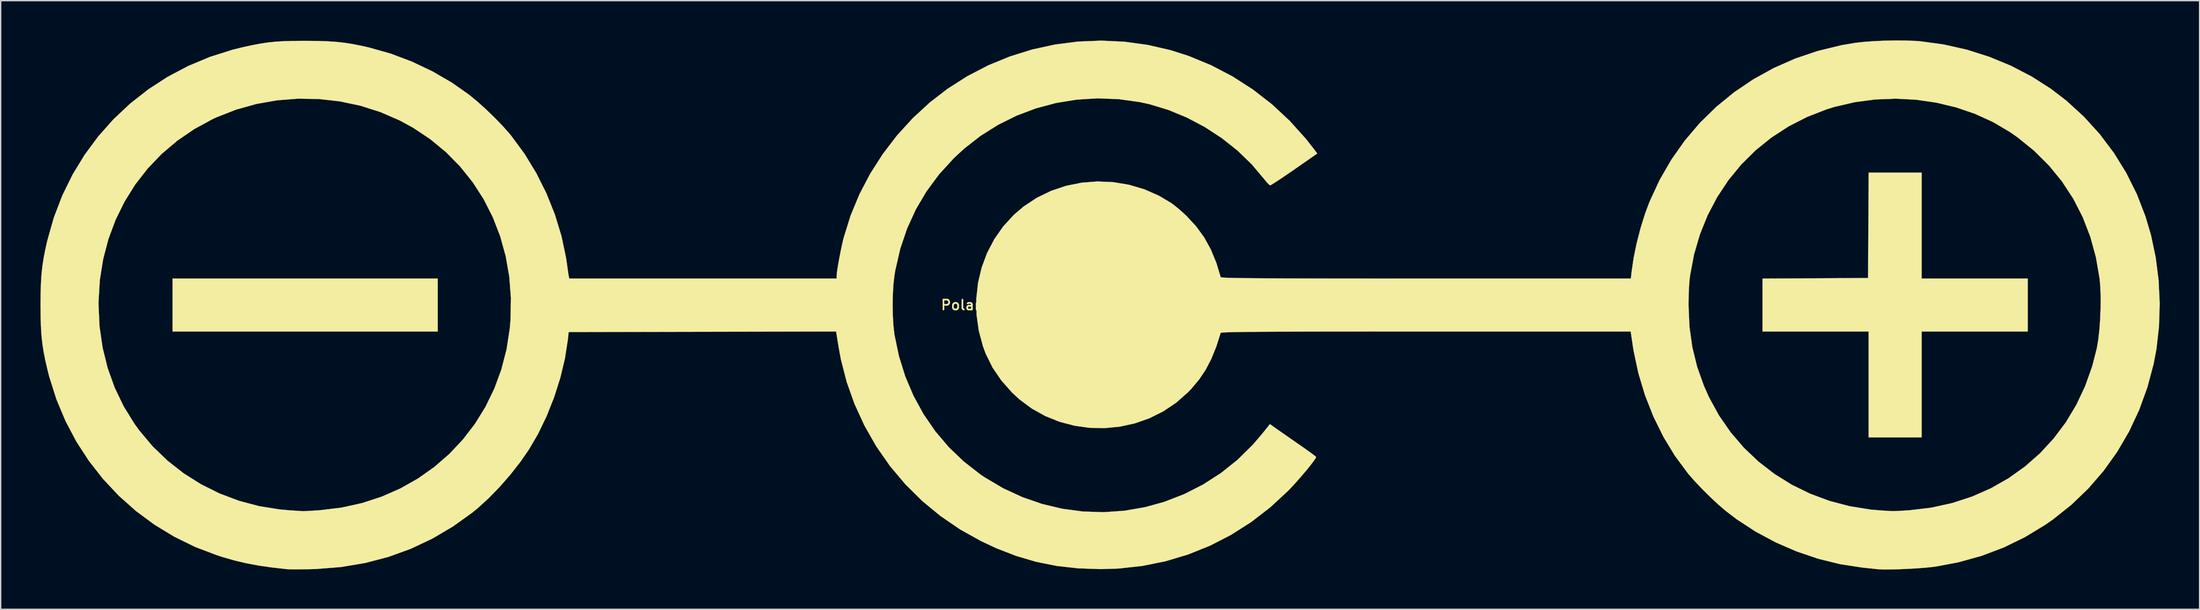
<source format=kicad_pcb>
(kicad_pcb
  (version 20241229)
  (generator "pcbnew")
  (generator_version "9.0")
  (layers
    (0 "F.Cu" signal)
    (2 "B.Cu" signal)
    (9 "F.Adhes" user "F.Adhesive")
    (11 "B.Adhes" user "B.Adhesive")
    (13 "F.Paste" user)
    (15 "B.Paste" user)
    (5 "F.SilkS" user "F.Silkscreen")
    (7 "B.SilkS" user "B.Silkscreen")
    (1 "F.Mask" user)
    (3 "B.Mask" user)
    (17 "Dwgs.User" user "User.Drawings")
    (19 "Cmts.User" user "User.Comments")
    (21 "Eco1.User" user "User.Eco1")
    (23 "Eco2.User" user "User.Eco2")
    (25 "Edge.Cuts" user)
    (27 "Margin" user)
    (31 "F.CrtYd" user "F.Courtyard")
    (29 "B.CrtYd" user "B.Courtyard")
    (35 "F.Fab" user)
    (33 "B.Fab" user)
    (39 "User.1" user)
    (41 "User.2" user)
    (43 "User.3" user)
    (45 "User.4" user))
  (footprint "Polarity_Center_Positive_40mm_SilkScreen"
    (layer "F.Cu")
    (at 79.825 19.976)
    (property "Reference" "Polarity_Center_Positive_40mm_SilkScreen" (at 0 0 0) (layer "F.SilkS") (effects (font (size 0.75 0.75) (thickness 0.125))))
    (attr exclude_from_pos_files exclude_from_bom allow_missing_courtyard)
    (fp_poly (pts (xy -49.884 1.999) (xy -69.871 1.999) (xy -69.871 -1.999) (xy -49.884 -1.999) (xy -49.884 1.999)) (stroke (width 0.01) (type solid)) (fill yes) (layer "F.SilkS"))
    (fp_poly (pts (xy 61.959 -1.999) (xy 69.954 -1.999) (xy 69.954 1.999) (xy 61.959 1.999) (xy 61.959 9.993) (xy 57.962 9.993) (xy 57.962 1.999) (xy 49.967 1.999) (xy 49.967 -1.997) (xy 53.944 -2.019) (xy 57.92 -2.04) (xy 57.942 -6.017) (xy 57.964 -9.993) (xy 61.959 -9.993) (xy 61.959 -1.999)) (stroke (width 0.01) (type solid)) (fill yes) (layer "F.SilkS"))
    (fp_poly (pts (xy 60.765 -19.966) (xy 61.488 -19.938) (xy 61.84 -19.912) (xy 63.617 -19.67) (xy 65.36 -19.277) (xy 67.055 -18.739) (xy 68.687 -18.063) (xy 70.242 -17.254) (xy 71.704 -16.319) (xy 72.869 -15.424) (xy 74.188 -14.215) (xy 75.383 -12.897) (xy 76.449 -11.479) (xy 77.381 -9.969) (xy 78.174 -8.374) (xy 78.822 -6.703) (xy 79.241 -5.288) (xy 79.597 -3.601) (xy 79.817 -1.867) (xy 79.9 -0.116) (xy 79.846 1.623) (xy 79.654 3.32) (xy 79.442 4.446) (xy 78.966 6.226) (xy 78.347 7.929) (xy 77.59 9.548) (xy 76.697 11.078) (xy 75.674 12.513) (xy 74.524 13.845) (xy 73.252 15.07) (xy 71.862 16.18) (xy 71.275 16.589) (xy 69.74 17.522) (xy 68.137 18.304) (xy 66.464 18.937) (xy 64.716 19.422) (xy 63.018 19.742) (xy 62.591 19.794) (xy 62.064 19.842) (xy 61.472 19.885) (xy 60.85 19.919) (xy 60.234 19.945) (xy 59.66 19.96) (xy 59.161 19.963) (xy 58.775 19.951) (xy 58.628 19.94) (xy 58.421 19.917) (xy 58.1 19.882) (xy 57.715 19.841) (xy 57.462 19.815) (xy 55.817 19.563) (xy 54.169 19.156) (xy 52.542 18.605) (xy 50.961 17.919) (xy 49.449 17.108) (xy 48.03 16.182) (xy 47.177 15.53) (xy 46.634 15.063) (xy 46.039 14.508) (xy 45.437 13.911) (xy 44.873 13.316) (xy 44.393 12.769) (xy 44.336 12.7) (xy 43.364 11.386) (xy 42.497 9.956) (xy 41.744 8.429) (xy 41.112 6.825) (xy 40.611 5.163) (xy 40.248 3.463) (xy 40.178 3.019) (xy 40.028 1.999) (xy 24.592 1.999) (xy 22.641 1.999) (xy 20.851 2) (xy 19.215 2.001) (xy 17.728 2.002) (xy 16.384 2.004) (xy 15.175 2.007) (xy 14.098 2.011) (xy 13.144 2.015) (xy 12.309 2.019) (xy 11.587 2.025) (xy 10.97 2.031) (xy 10.454 2.038) (xy 10.032 2.046) (xy 9.699 2.055) (xy 9.447 2.065) (xy 9.272 2.076) (xy 9.167 2.088) (xy 9.126 2.101) (xy 9.126 2.103) (xy 8.79 3.155) (xy 8.418 4.072) (xy 7.995 4.884) (xy 7.504 5.619) (xy 6.927 6.309) (xy 6.666 6.582) (xy 5.77 7.373) (xy 4.794 8.028) (xy 3.752 8.548) (xy 2.66 8.932) (xy 1.533 9.18) (xy 0.387 9.292) (xy -0.765 9.268) (xy -1.905 9.108) (xy -3.02 8.813) (xy -4.094 8.381) (xy -5.111 7.814) (xy -6.057 7.111) (xy -6.606 6.601) (xy -7.414 5.684) (xy -8.069 4.717) (xy -8.578 3.686) (xy -8.786 3.13) (xy -9.108 1.928) (xy -9.275 0.716) (xy -9.284 0.029) (xy 44.388 0.029) (xy 44.458 1.64) (xy 44.673 3.178) (xy 45.036 4.662) (xy 45.551 6.108) (xy 45.928 6.954) (xy 46.679 8.329) (xy 47.558 9.602) (xy 48.555 10.768) (xy 49.661 11.82) (xy 50.869 12.754) (xy 52.169 13.564) (xy 53.553 14.243) (xy 55.011 14.786) (xy 56.535 15.187) (xy 58.116 15.441) (xy 59.045 15.517) (xy 59.345 15.534) (xy 59.607 15.55) (xy 59.711 15.557) (xy 59.869 15.557) (xy 60.156 15.545) (xy 60.533 15.524) (xy 60.962 15.496) (xy 61.058 15.49) (xy 62.692 15.293) (xy 64.261 14.948) (xy 65.757 14.459) (xy 67.173 13.834) (xy 68.503 13.077) (xy 69.739 12.195) (xy 70.876 11.194) (xy 71.905 10.079) (xy 72.821 8.857) (xy 73.616 7.533) (xy 74.284 6.113) (xy 74.818 4.603) (xy 75.163 3.248) (xy 75.268 2.623) (xy 75.352 1.879) (xy 75.411 1.062) (xy 75.444 0.22) (xy 75.449 -0.602) (xy 75.424 -1.358) (xy 75.371 -1.976) (xy 75.092 -3.607) (xy 74.666 -5.162) (xy 74.096 -6.637) (xy 73.384 -8.028) (xy 72.533 -9.331) (xy 71.546 -10.541) (xy 70.425 -11.654) (xy 69.174 -12.667) (xy 68.622 -13.052) (xy 67.348 -13.806) (xy 65.985 -14.43) (xy 64.551 -14.921) (xy 63.062 -15.277) (xy 61.536 -15.497) (xy 59.991 -15.577) (xy 58.442 -15.516) (xy 56.908 -15.311) (xy 55.405 -14.961) (xy 54.797 -14.774) (xy 53.318 -14.197) (xy 51.928 -13.484) (xy 50.634 -12.643) (xy 49.443 -11.681) (xy 48.361 -10.607) (xy 47.394 -9.427) (xy 46.548 -8.149) (xy 45.83 -6.782) (xy 45.245 -5.333) (xy 44.801 -3.811) (xy 44.504 -2.221) (xy 44.475 -2.001) (xy 44.444 -1.659) (xy 44.417 -1.202) (xy 44.398 -0.681) (xy 44.388 -0.15) (xy 44.388 0.029) (xy -9.284 0.029) (xy -9.291 -0.49) (xy -9.161 -1.676) (xy -8.889 -2.828) (xy -8.479 -3.932) (xy -7.935 -4.973) (xy -7.261 -5.937) (xy -6.461 -6.81) (xy -5.721 -7.442) (xy -4.72 -8.103) (xy -3.648 -8.622) (xy -2.521 -9) (xy -1.356 -9.235) (xy -0.169 -9.328) (xy 1.022 -9.277) (xy 2.201 -9.082) (xy 3.351 -8.744) (xy 4.455 -8.261) (xy 5.371 -7.719) (xy 5.646 -7.515) (xy 5.987 -7.235) (xy 6.341 -6.921) (xy 6.558 -6.717) (xy 7.278 -5.938) (xy 7.883 -5.103) (xy 8.388 -4.187) (xy 8.807 -3.163) (xy 9.128 -2.103) (xy 9.161 -2.09) (xy 9.258 -2.078) (xy 9.424 -2.067) (xy 9.666 -2.057) (xy 9.989 -2.047) (xy 10.4 -2.039) (xy 10.904 -2.032) (xy 11.507 -2.026) (xy 12.217 -2.02) (xy 13.037 -2.015) (xy 13.976 -2.011) (xy 15.038 -2.008) (xy 16.23 -2.005) (xy 17.557 -2.002) (xy 19.026 -2.001) (xy 20.643 -2) (xy 22.414 -1.999) (xy 24.344 -1.999) (xy 24.598 -1.999) (xy 40.041 -1.999) (xy 40.098 -2.519) (xy 40.25 -3.564) (xy 40.482 -4.685) (xy 40.776 -5.822) (xy 41.118 -6.916) (xy 41.44 -7.779) (xy 42.197 -9.42) (xy 43.086 -10.964) (xy 44.1 -12.406) (xy 45.233 -13.74) (xy 46.477 -14.96) (xy 47.826 -16.063) (xy 49.273 -17.041) (xy 50.81 -17.891) (xy 52.431 -18.606) (xy 54.129 -19.181) (xy 55.898 -19.611) (xy 56.91 -19.785) (xy 57.548 -19.86) (xy 58.302 -19.916) (xy 59.122 -19.954) (xy 59.96 -19.971) (xy 60.765 -19.966)) (stroke (width 0.01) (type solid)) (fill yes) (layer "F.SilkS"))
    (fp_poly (pts (xy 1.883 -19.876) (xy 3.626 -19.637) (xy 5.346 -19.24) (xy 6.704 -18.806) (xy 8.399 -18.105) (xy 10.017 -17.259) (xy 11.549 -16.273) (xy 12.989 -15.154) (xy 14.327 -13.907) (xy 15.556 -12.538) (xy 16.183 -11.735) (xy 16.405 -11.437) (xy 14.68 -10.236) (xy 14.205 -9.908) (xy 13.772 -9.614) (xy 13.402 -9.368) (xy 13.112 -9.181) (xy 12.923 -9.066) (xy 12.858 -9.036) (xy 12.762 -9.098) (xy 12.604 -9.261) (xy 12.422 -9.485) (xy 11.476 -10.611) (xy 10.4 -11.653) (xy 9.213 -12.597) (xy 7.935 -13.433) (xy 6.588 -14.146) (xy 5.189 -14.726) (xy 3.76 -15.16) (xy 3.031 -15.32) (xy 1.437 -15.542) (xy -0.152 -15.602) (xy -1.727 -15.505) (xy -3.274 -15.254) (xy -4.784 -14.851) (xy -6.244 -14.301) (xy -7.643 -13.607) (xy -8.97 -12.773) (xy -10.214 -11.801) (xy -10.994 -11.076) (xy -12.092 -9.871) (xy -13.043 -8.586) (xy -13.849 -7.22) (xy -14.509 -5.774) (xy -15.024 -4.247) (xy -15.394 -2.639) (xy -15.459 -2.248) (xy -15.535 -1.607) (xy -15.58 -0.856) (xy -15.597 -0.049) (xy -15.584 0.761) (xy -15.542 1.519) (xy -15.471 2.173) (xy -15.461 2.237) (xy -15.127 3.845) (xy -14.647 5.386) (xy -14.025 6.854) (xy -13.267 8.24) (xy -12.379 9.535) (xy -11.364 10.73) (xy -10.23 11.818) (xy -8.981 12.79) (xy -8.661 13.007) (xy -7.272 13.829) (xy -5.825 14.499) (xy -4.332 15.017) (xy -2.805 15.38) (xy -1.253 15.587) (xy 0.311 15.637) (xy 1.877 15.527) (xy 3.433 15.257) (xy 4.867 14.859) (xy 6.375 14.275) (xy 7.805 13.547) (xy 9.147 12.681) (xy 10.393 11.684) (xy 11.533 10.562) (xy 12.219 9.761) (xy 12.838 8.988) (xy 13.227 9.266) (xy 13.419 9.402) (xy 13.719 9.612) (xy 14.097 9.876) (xy 14.524 10.173) (xy 14.969 10.483) (xy 15.384 10.772) (xy 15.747 11.031) (xy 16.038 11.243) (xy 16.236 11.394) (xy 16.321 11.469) (xy 16.323 11.472) (xy 16.269 11.585) (xy 16.122 11.798) (xy 15.9 12.089) (xy 15.622 12.434) (xy 15.306 12.811) (xy 14.971 13.197) (xy 14.637 13.571) (xy 14.321 13.908) (xy 14.203 14.03) (xy 12.853 15.279) (xy 11.419 16.387) (xy 9.908 17.349) (xy 8.326 18.164) (xy 6.68 18.828) (xy 4.975 19.34) (xy 3.219 19.695) (xy 1.417 19.893) (xy 0.083 19.935) (xy -1.614 19.876) (xy -3.22 19.696) (xy -4.764 19.388) (xy -6.275 18.944) (xy -7.784 18.359) (xy -8.931 17.822) (xy -10.511 16.94) (xy -11.996 15.924) (xy -13.378 14.782) (xy -14.649 13.52) (xy -15.803 12.147) (xy -16.83 10.671) (xy -17.724 9.099) (xy -18.473 7.464) (xy -19.062 5.804) (xy -19.499 4.1) (xy -19.672 3.16) (xy -19.859 1.998) (xy -29.937 2.019) (xy -40.015 2.04) (xy -40.078 2.623) (xy -40.296 4.035) (xy -40.644 5.491) (xy -41.107 6.952) (xy -41.672 8.378) (xy -42.324 9.731) (xy -43.011 10.91) (xy -43.658 11.845) (xy -44.399 12.791) (xy -45.2 13.711) (xy -46.029 14.566) (xy -46.851 15.319) (xy -47.243 15.642) (xy -48.735 16.715) (xy -50.292 17.634) (xy -51.914 18.4) (xy -53.599 19.013) (xy -55.348 19.471) (xy -57.16 19.776) (xy -59.036 19.926) (xy -59.419 19.938) (xy -59.928 19.947) (xy -60.402 19.951) (xy -60.807 19.951) (xy -61.108 19.946) (xy -61.251 19.938) (xy -62.381 19.811) (xy -63.385 19.666) (xy -64.307 19.493) (xy -65.188 19.285) (xy -66.069 19.033) (xy -66.498 18.896) (xy -68.157 18.266) (xy -69.735 17.493) (xy -71.225 16.587) (xy -72.621 15.554) (xy -73.916 14.402) (xy -75.102 13.138) (xy -76.172 11.77) (xy -77.121 10.306) (xy -77.94 8.752) (xy -78.623 7.118) (xy -79.163 5.409) (xy -79.273 4.979) (xy -79.445 4.243) (xy -79.578 3.582) (xy -79.677 2.956) (xy -79.746 2.325) (xy -79.79 1.649) (xy -79.813 0.887) (xy -79.82 0) (xy -79.82 -0.042) (xy -75.45 -0.042) (xy -75.373 1.613) (xy -75.142 3.216) (xy -74.76 4.761) (xy -74.23 6.242) (xy -73.552 7.651) (xy -72.73 8.981) (xy -72.379 9.466) (xy -71.372 10.665) (xy -70.252 11.747) (xy -69.03 12.705) (xy -67.718 13.533) (xy -66.327 14.225) (xy -64.868 14.777) (xy -63.352 15.18) (xy -61.789 15.431) (xy -61.168 15.486) (xy -60.779 15.513) (xy -60.438 15.536) (xy -60.189 15.553) (xy -60.086 15.56) (xy -59.944 15.559) (xy -59.672 15.546) (xy -59.306 15.525) (xy -58.881 15.497) (xy -58.758 15.488) (xy -57.139 15.292) (xy -55.584 14.949) (xy -54.1 14.463) (xy -52.694 13.843) (xy -51.373 13.095) (xy -50.145 12.227) (xy -49.014 11.244) (xy -47.99 10.155) (xy -47.078 8.966) (xy -46.286 7.683) (xy -45.621 6.315) (xy -45.089 4.868) (xy -44.697 3.348) (xy -44.453 1.763) (xy -44.399 1.124) (xy -44.368 -0.525) (xy -44.49 -2.133) (xy -44.762 -3.691) (xy -45.177 -5.192) (xy -45.732 -6.626) (xy -46.422 -7.986) (xy -47.243 -9.264) (xy -48.19 -10.45) (xy -49.257 -11.537) (xy -50.442 -12.517) (xy -51.739 -13.382) (xy -52.759 -13.938) (xy -54.208 -14.567) (xy -55.714 -15.046) (xy -57.261 -15.374) (xy -58.834 -15.551) (xy -60.417 -15.578) (xy -61.996 -15.453) (xy -63.554 -15.178) (xy -65.078 -14.752) (xy -66.551 -14.174) (xy -66.854 -14.033) (xy -68.242 -13.277) (xy -69.524 -12.398) (xy -70.695 -11.402) (xy -71.75 -10.299) (xy -72.683 -9.097) (xy -73.49 -7.804) (xy -74.165 -6.427) (xy -74.704 -4.977) (xy -75.101 -3.459) (xy -75.351 -1.884) (xy -75.449 -0.259) (xy -75.45 -0.042) (xy -79.82 -0.042) (xy -79.813 -0.886) (xy -79.79 -1.647) (xy -79.746 -2.323) (xy -79.678 -2.955) (xy -79.58 -3.582) (xy -79.449 -4.247) (xy -79.308 -4.872) (xy -78.817 -6.606) (xy -78.181 -8.266) (xy -77.407 -9.845) (xy -76.5 -11.335) (xy -75.469 -12.731) (xy -74.32 -14.025) (xy -73.06 -15.211) (xy -71.696 -16.281) (xy -70.235 -17.23) (xy -68.683 -18.049) (xy -67.047 -18.734) (xy -65.335 -19.276) (xy -64.541 -19.471) (xy -63.857 -19.619) (xy -63.251 -19.734) (xy -62.685 -19.819) (xy -62.118 -19.878) (xy -61.511 -19.916) (xy -60.826 -19.936) (xy -60.021 -19.943) (xy -59.836 -19.943) (xy -58.944 -19.935) (xy -58.176 -19.909) (xy -57.492 -19.862) (xy -56.849 -19.789) (xy -56.206 -19.684) (xy -55.521 -19.545) (xy -55.052 -19.438) (xy -53.426 -18.978) (xy -51.825 -18.373) (xy -50.278 -17.637) (xy -48.814 -16.785) (xy -47.54 -15.889) (xy -46.934 -15.393) (xy -46.281 -14.808) (xy -45.626 -14.177) (xy -45.011 -13.541) (xy -44.479 -12.943) (xy -44.348 -12.783) (xy -43.347 -11.423) (xy -42.457 -9.962) (xy -41.689 -8.423) (xy -41.052 -6.831) (xy -40.558 -5.208) (xy -40.214 -3.577) (xy -40.141 -3.081) (xy -40.094 -2.732) (xy -40.049 -2.428) (xy -40.016 -2.221) (xy -40.009 -2.186) (xy -39.971 -1.999) (xy -19.82 -1.999) (xy -19.82 -2.196) (xy -19.803 -2.411) (xy -19.755 -2.752) (xy -19.683 -3.18) (xy -19.595 -3.66) (xy -19.497 -4.155) (xy -19.396 -4.626) (xy -19.298 -5.039) (xy -19.279 -5.112) (xy -18.767 -6.757) (xy -18.101 -8.363) (xy -17.289 -9.914) (xy -16.343 -11.397) (xy -15.272 -12.798) (xy -14.085 -14.101) (xy -12.794 -15.293) (xy -11.488 -16.304) (xy -9.981 -17.269) (xy -8.404 -18.089) (xy -6.768 -18.762) (xy -5.086 -19.288) (xy -3.367 -19.664) (xy -1.626 -19.888) (xy 0.128 -19.959) (xy 1.883 -19.876)) (stroke (width 0.01) (type solid)) (fill yes) (layer "F.SilkS")))
  (gr_rect
    (start -3 -3)
    (end 162.73 42.943)
    (stroke (width 0.1) (type default))
    (fill no)
    (layer "Edge.Cuts")))
</source>
